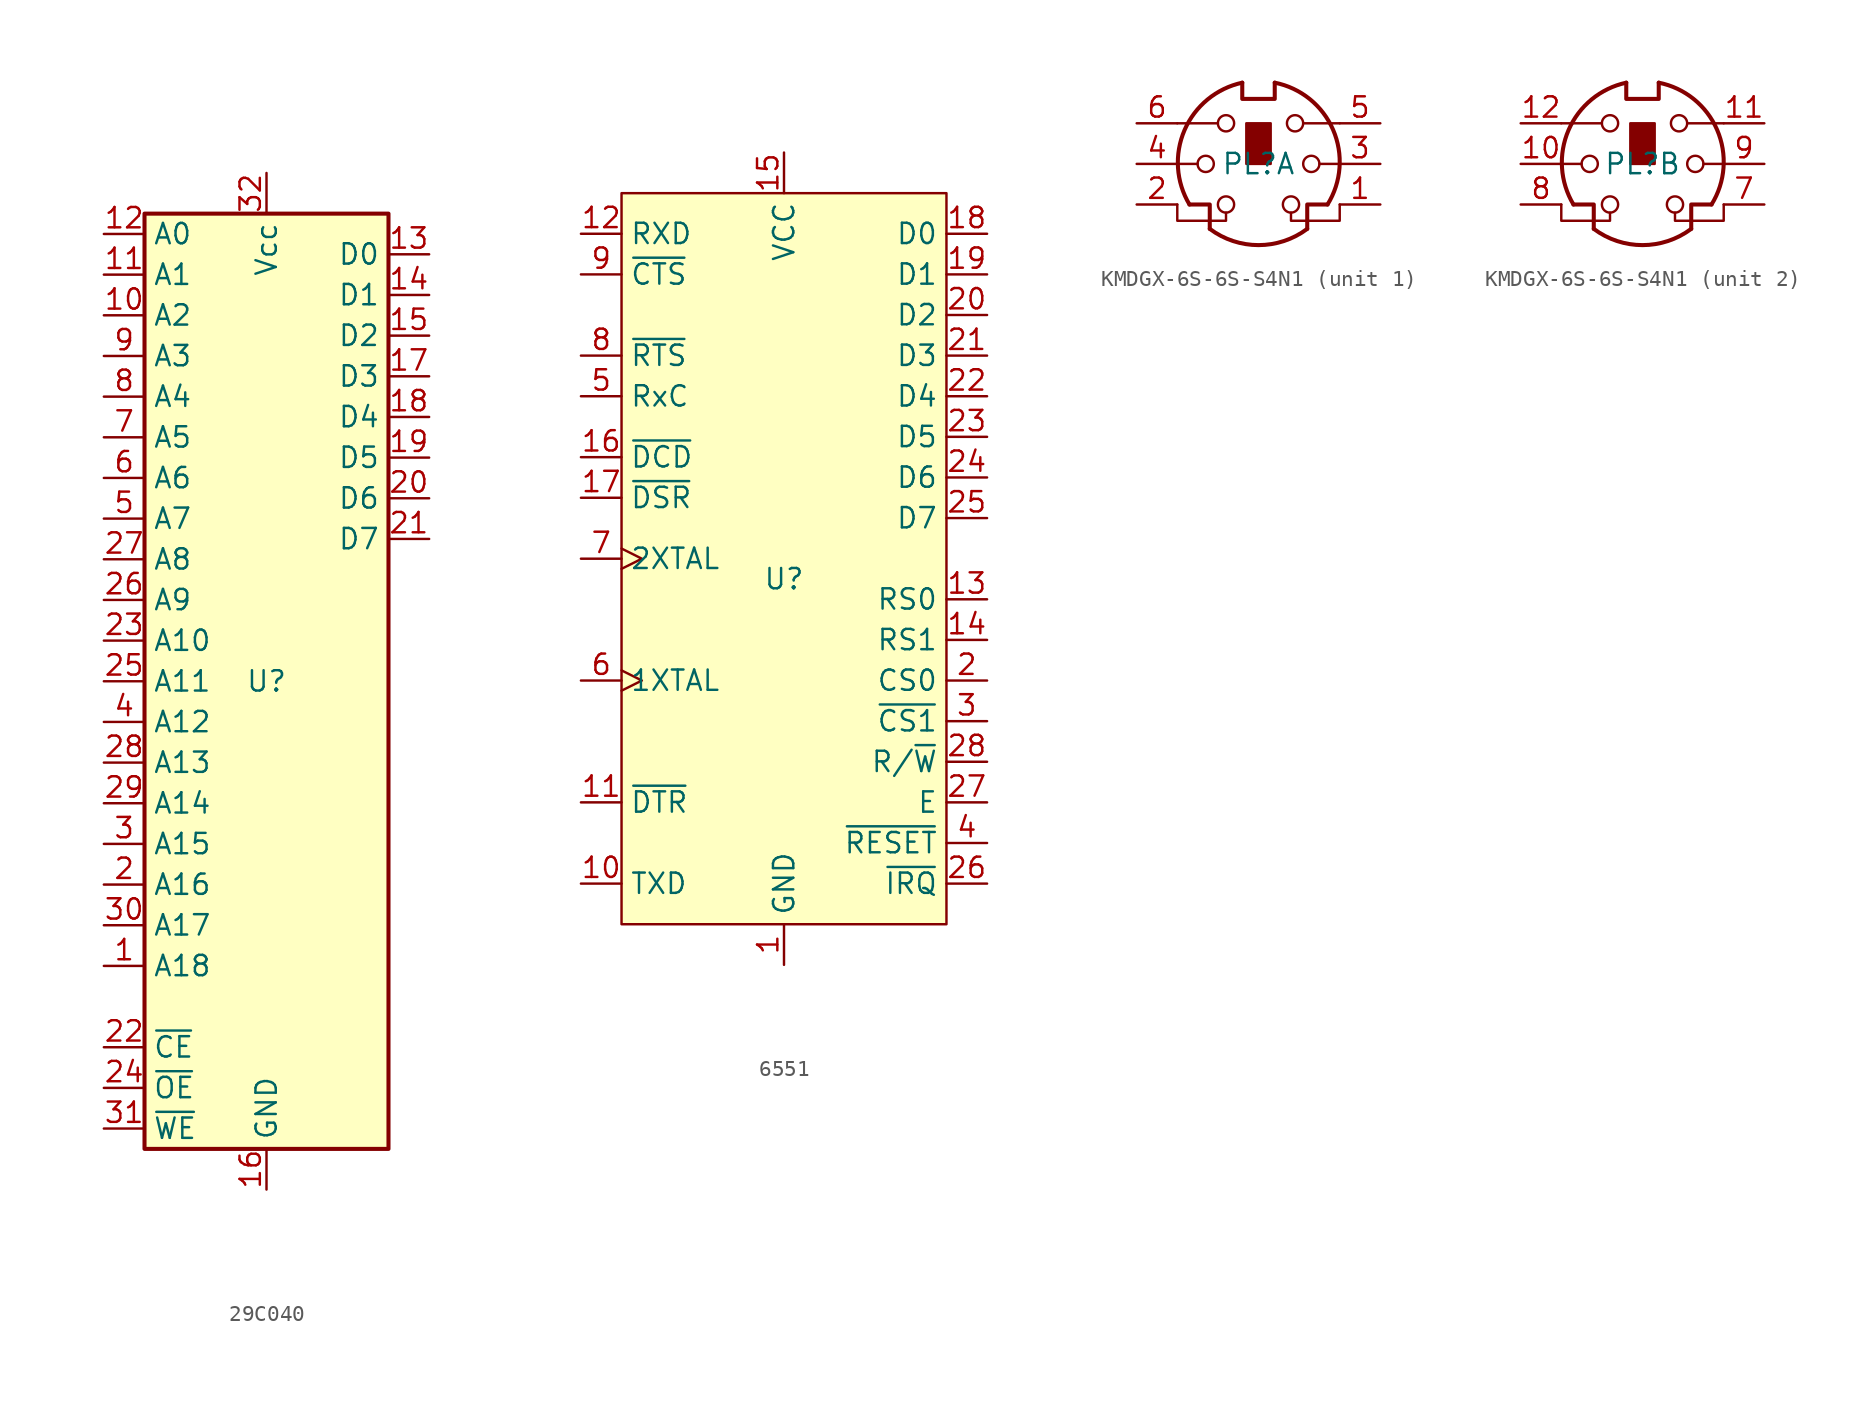
<source format=kicad_sym>
(kicad_symbol_lib
  (version 20231120)
  (generator "kicad_symbol_editor")
  (generator_version "8.0")
  (symbol "29C040"
    (property "Reference" "U"
      (at 0 0 0)
      (effects (font (size 1.27 1.27))))
    (property "Value" ""
      (at 0 0 0)
      (effects (font (size 1.27 1.27))))
    (symbol "29C040_1_0"
      (pin input line (at -10.16 -7.62 0) (length 2.54) (name "A14" (effects (font (size 1.27 1.27)))) (number "29" (effects (font (size 1.27 1.27)))))
      (pin input line (at -10.16 -15.24 0) (length 2.54) (name "A17" (effects (font (size 1.27 1.27)))) (number "30" (effects (font (size 1.27 1.27)))))
      (pin input line (at -10.16 -27.94 0) (length 2.54) (name "~{WE}" (effects (font (size 1.27 1.27)))) (number "31" (effects (font (size 1.27 1.27)))))
      (pin power_in line (at 0 31.75 270) (length 2.54) (name "Vcc" (effects (font (size 1.27 1.27)))) (number "32" (effects (font (size 1.27 1.27))))))
    (symbol "29C040_1_1"
      (rectangle (start -7.62 29.21) (end 7.62 -29.21) (stroke (width 0.254) (type default)) (fill (type background)))
      (pin input line (at -10.16 -17.78 0) (length 2.54) (name "A18" (effects (font (size 1.27 1.27)))) (number "1" (effects (font (size 1.27 1.27)))))
      (pin input line (at -10.16 22.86 0) (length 2.54) (name "A2" (effects (font (size 1.27 1.27)))) (number "10" (effects (font (size 1.27 1.27)))))
      (pin input line (at -10.16 25.4 0) (length 2.54) (name "A1" (effects (font (size 1.27 1.27)))) (number "11" (effects (font (size 1.27 1.27)))))
      (pin input line (at -10.16 27.94 0) (length 2.54) (name "A0" (effects (font (size 1.27 1.27)))) (number "12" (effects (font (size 1.27 1.27)))))
      (pin tri_state line (at 10.16 26.67 180) (length 2.54) (name "D0" (effects (font (size 1.27 1.27)))) (number "13" (effects (font (size 1.27 1.27)))))
      (pin tri_state line (at 10.16 24.13 180) (length 2.54) (name "D1" (effects (font (size 1.27 1.27)))) (number "14" (effects (font (size 1.27 1.27)))))
      (pin tri_state line (at 10.16 21.59 180) (length 2.54) (name "D2" (effects (font (size 1.27 1.27)))) (number "15" (effects (font (size 1.27 1.27)))))
      (pin passive line (at 0 -31.75 90) (length 2.54) (name "GND" (effects (font (size 1.27 1.27)))) (number "16" (effects (font (size 1.27 1.27)))))
      (pin tri_state line (at 10.16 19.05 180) (length 2.54) (name "D3" (effects (font (size 1.27 1.27)))) (number "17" (effects (font (size 1.27 1.27)))))
      (pin tri_state line (at 10.16 16.51 180) (length 2.54) (name "D4" (effects (font (size 1.27 1.27)))) (number "18" (effects (font (size 1.27 1.27)))))
      (pin tri_state line (at 10.16 13.97 180) (length 2.54) (name "D5" (effects (font (size 1.27 1.27)))) (number "19" (effects (font (size 1.27 1.27)))))
      (pin input line (at -10.16 -12.7 0) (length 2.54) (name "A16" (effects (font (size 1.27 1.27)))) (number "2" (effects (font (size 1.27 1.27)))))
      (pin tri_state line (at 10.16 11.43 180) (length 2.54) (name "D6" (effects (font (size 1.27 1.27)))) (number "20" (effects (font (size 1.27 1.27)))))
      (pin tri_state line (at 10.16 8.89 180) (length 2.54) (name "D7" (effects (font (size 1.27 1.27)))) (number "21" (effects (font (size 1.27 1.27)))))
      (pin input line (at -10.16 -22.86 0) (length 2.54) (name "~{CE}" (effects (font (size 1.27 1.27)))) (number "22" (effects (font (size 1.27 1.27)))))
      (pin input line (at -10.16 2.54 0) (length 2.54) (name "A10" (effects (font (size 1.27 1.27)))) (number "23" (effects (font (size 1.27 1.27)))))
      (pin input line (at -10.16 -25.4 0) (length 2.54) (name "~{OE}" (effects (font (size 1.27 1.27)))) (number "24" (effects (font (size 1.27 1.27)))))
      (pin input line (at -10.16 0 0) (length 2.54) (name "A11" (effects (font (size 1.27 1.27)))) (number "25" (effects (font (size 1.27 1.27)))))
      (pin input line (at -10.16 5.08 0) (length 2.54) (name "A9" (effects (font (size 1.27 1.27)))) (number "26" (effects (font (size 1.27 1.27)))))
      (pin input line (at -10.16 7.62 0) (length 2.54) (name "A8" (effects (font (size 1.27 1.27)))) (number "27" (effects (font (size 1.27 1.27)))))
      (pin input line (at -10.16 -5.08 0) (length 2.54) (name "A13" (effects (font (size 1.27 1.27)))) (number "28" (effects (font (size 1.27 1.27)))))
      (pin input line (at -10.16 -10.16 0) (length 2.54) (name "A15" (effects (font (size 1.27 1.27)))) (number "3" (effects (font (size 1.27 1.27)))))
      (pin input line (at -10.16 -2.54 0) (length 2.54) (name "A12" (effects (font (size 1.27 1.27)))) (number "4" (effects (font (size 1.27 1.27)))))
      (pin input line (at -10.16 10.16 0) (length 2.54) (name "A7" (effects (font (size 1.27 1.27)))) (number "5" (effects (font (size 1.27 1.27)))))
      (pin input line (at -10.16 12.7 0) (length 2.54) (name "A6" (effects (font (size 1.27 1.27)))) (number "6" (effects (font (size 1.27 1.27)))))
      (pin input line (at -10.16 15.24 0) (length 2.54) (name "A5" (effects (font (size 1.27 1.27)))) (number "7" (effects (font (size 1.27 1.27)))))
      (pin input line (at -10.16 17.78 0) (length 2.54) (name "A4" (effects (font (size 1.27 1.27)))) (number "8" (effects (font (size 1.27 1.27)))))
      (pin input line (at -10.16 20.32 0) (length 2.54) (name "A3" (effects (font (size 1.27 1.27)))) (number "9" (effects (font (size 1.27 1.27)))))))
  (symbol "6551"
    (property "Reference" "U"
      (at 0 0 0)
      (effects (font (size 1.27 1.27))))
    (property "Value" ""
      (at 0 0 0)
      (effects (font (size 1.27 1.27))))
    (symbol "6551_0_1"
      (rectangle (start -10.16 24.13) (end 10.16 -21.59) (stroke (width 0) (type default)) (fill (type background))))
    (symbol "6551_1_1"
      (pin power_in line (at 0 -24.13 90) (length 2.54) (name "GND" (effects (font (size 1.27 1.27)))) (number "1" (effects (font (size 1.27 1.27)))))
      (pin output line (at -12.7 -19.05 0) (length 2.54) (name "TXD" (effects (font (size 1.27 1.27)))) (number "10" (effects (font (size 1.27 1.27)))))
      (pin output line (at -12.7 -13.97 0) (length 2.54) (name "~{DTR}" (effects (font (size 1.27 1.27)))) (number "11" (effects (font (size 1.27 1.27)))))
      (pin input line (at -12.7 21.59 0) (length 2.54) (name "RXD" (effects (font (size 1.27 1.27)))) (number "12" (effects (font (size 1.27 1.27)))))
      (pin input line (at 12.7 -1.27 180) (length 2.54) (name "RS0" (effects (font (size 1.27 1.27)))) (number "13" (effects (font (size 1.27 1.27)))))
      (pin input line (at 12.7 -3.81 180) (length 2.54) (name "RS1" (effects (font (size 1.27 1.27)))) (number "14" (effects (font (size 1.27 1.27)))))
      (pin power_in line (at 0 26.67 270) (length 2.54) (name "VCC" (effects (font (size 1.27 1.27)))) (number "15" (effects (font (size 1.27 1.27)))))
      (pin input line (at -12.7 7.62 0) (length 2.54) (name "~{DCD}" (effects (font (size 1.27 1.27)))) (number "16" (effects (font (size 1.27 1.27)))))
      (pin input line (at -12.7 5.08 0) (length 2.54) (name "~{DSR}" (effects (font (size 1.27 1.27)))) (number "17" (effects (font (size 1.27 1.27)))))
      (pin tri_state line (at 12.7 21.59 180) (length 2.54) (name "D0" (effects (font (size 1.27 1.27)))) (number "18" (effects (font (size 1.27 1.27)))))
      (pin tri_state line (at 12.7 19.05 180) (length 2.54) (name "D1" (effects (font (size 1.27 1.27)))) (number "19" (effects (font (size 1.27 1.27)))))
      (pin input line (at 12.7 -6.35 180) (length 2.54) (name "CS0" (effects (font (size 1.27 1.27)))) (number "2" (effects (font (size 1.27 1.27)))))
      (pin tri_state line (at 12.7 16.51 180) (length 2.54) (name "D2" (effects (font (size 1.27 1.27)))) (number "20" (effects (font (size 1.27 1.27)))))
      (pin tri_state line (at 12.7 13.97 180) (length 2.54) (name "D3" (effects (font (size 1.27 1.27)))) (number "21" (effects (font (size 1.27 1.27)))))
      (pin tri_state line (at 12.7 11.43 180) (length 2.54) (name "D4" (effects (font (size 1.27 1.27)))) (number "22" (effects (font (size 1.27 1.27)))))
      (pin tri_state line (at 12.7 8.89 180) (length 2.54) (name "D5" (effects (font (size 1.27 1.27)))) (number "23" (effects (font (size 1.27 1.27)))))
      (pin tri_state line (at 12.7 6.35 180) (length 2.54) (name "D6" (effects (font (size 1.27 1.27)))) (number "24" (effects (font (size 1.27 1.27)))))
      (pin tri_state line (at 12.7 3.81 180) (length 2.54) (name "D7" (effects (font (size 1.27 1.27)))) (number "25" (effects (font (size 1.27 1.27)))))
      (pin open_collector line (at 12.7 -19.05 180) (length 2.54) (name "~{IRQ}" (effects (font (size 1.27 1.27)))) (number "26" (effects (font (size 1.27 1.27)))))
      (pin input line (at 12.7 -13.97 180) (length 2.54) (name "E" (effects (font (size 1.27 1.27)))) (number "27" (effects (font (size 1.27 1.27)))))
      (pin input line (at 12.7 -11.43 180) (length 2.54) (name "R/~{W}" (effects (font (size 1.27 1.27)))) (number "28" (effects (font (size 1.27 1.27)))))
      (pin input line (at 12.7 -8.89 180) (length 2.54) (name "~{CS1}" (effects (font (size 1.27 1.27)))) (number "3" (effects (font (size 1.27 1.27)))))
      (pin input line (at 12.7 -16.51 180) (length 2.54) (name "~{RESET}" (effects (font (size 1.27 1.27)))) (number "4" (effects (font (size 1.27 1.27)))))
      (pin input line (at -12.7 11.43 0) (length 2.54) (name "RxC" (effects (font (size 1.27 1.27)))) (number "5" (effects (font (size 1.27 1.27)))))
      (pin output clock (at -12.7 -6.35 0) (length 2.54) (name "1XTAL" (effects (font (size 1.27 1.27)))) (number "6" (effects (font (size 1.27 1.27)))))
      (pin input clock (at -12.7 1.27 0) (length 2.54) (name "2XTAL" (effects (font (size 1.27 1.27)))) (number "7" (effects (font (size 1.27 1.27)))))
      (pin input line (at -12.7 13.97 0) (length 2.54) (name "~{RTS}" (effects (font (size 1.27 1.27)))) (number "8" (effects (font (size 1.27 1.27)))))
      (pin input line (at -12.7 19.05 0) (length 2.54) (name "~{CTS}" (effects (font (size 1.27 1.27)))) (number "9" (effects (font (size 1.27 1.27)))))))
  (symbol "KMDGX-6S-6S-S4N1"
    (property "Reference" "PL"
      (at 0 0 0)
      (effects (font (size 1.27 1.27))))
    (property "Value" ""
      (at 0 0 0)
      (effects (font (size 1.27 1.27))))
    (symbol "KMDGX-6S-6S-S4N1_0_1"
      (circle (center -3.302 0) (radius 0.508) (stroke (width 0) (type default)) (fill (type none)))
      (arc (start -3.048 -4.064) (mid 0 -5.08) (end 3.048 -4.064) (stroke (width 0.254) (type default)) (fill (type none)))
      (circle (center -2.032 -2.54) (radius 0.508) (stroke (width 0) (type default)) (fill (type none)))
      (circle (center -2.032 2.54) (radius 0.508) (stroke (width 0) (type default)) (fill (type none)))
      (arc (start -1.016 5.08) (mid -4.6228 2.1214) (end -4.318 -2.54) (stroke (width 0.254) (type default)) (fill (type none)))
      (rectangle (start -0.762 2.54) (end 0.762 0) (stroke (width 0) (type default)) (fill (type outline)))
      (polyline (pts (xy -3.81 0) (xy -5.08 0)) (stroke (width 0) (type default)) (fill (type none)))
      (polyline (pts (xy -2.54 2.54) (xy -5.08 2.54)) (stroke (width 0) (type default)) (fill (type none)))
      (polyline (pts (xy 2.794 2.54) (xy 5.08 2.54)) (stroke (width 0) (type default)) (fill (type none)))
      (polyline (pts (xy 5.08 0) (xy 3.81 0)) (stroke (width 0) (type default)) (fill (type none)))
      (polyline (pts (xy -4.318 -2.54) (xy -3.048 -2.54) (xy -3.048 -4.064)) (stroke (width 0.254) (type default)) (fill (type none)))
      (polyline (pts (xy 4.318 -2.54) (xy 3.048 -2.54) (xy 3.048 -4.064)) (stroke (width 0.254) (type default)) (fill (type none)))
      (polyline (pts (xy -2.032 -3.048) (xy -2.032 -3.556) (xy -5.08 -3.556) (xy -5.08 -2.54)) (stroke (width 0) (type default)) (fill (type none)))
      (polyline (pts (xy -1.016 5.08) (xy -1.016 4.064) (xy 1.016 4.064) (xy 1.016 5.08)) (stroke (width 0.254) (type default)) (fill (type none)))
      (polyline (pts (xy 2.032 -3.048) (xy 2.032 -3.556) (xy 5.08 -3.556) (xy 5.08 -2.54)) (stroke (width 0) (type default)) (fill (type none)))
      (circle (center 2.032 -2.54) (radius 0.508) (stroke (width 0) (type default)) (fill (type none)))
      (circle (center 2.286 2.54) (radius 0.508) (stroke (width 0) (type default)) (fill (type none)))
      (circle (center 3.302 0) (radius 0.508) (stroke (width 0) (type default)) (fill (type none)))
      (arc (start 4.318 -2.54) (mid 4.6661 2.1322) (end 1.016 5.08) (stroke (width 0.254) (type default)) (fill (type none))))
    (symbol "KMDGX-6S-6S-S4N1_1_1"
      (pin passive line (at 7.62 -2.54 180) (length 2.54) (name "~" (effects (font (size 1.27 1.27)))) (number "1" (effects (font (size 1.27 1.27)))))
      (pin passive line (at -7.62 -2.54 0) (length 2.54) (name "~" (effects (font (size 1.27 1.27)))) (number "2" (effects (font (size 1.27 1.27)))))
      (pin passive line (at 7.62 0 180) (length 2.54) (name "~" (effects (font (size 1.27 1.27)))) (number "3" (effects (font (size 1.27 1.27)))))
      (pin passive line (at -7.62 0 0) (length 2.54) (name "~" (effects (font (size 1.27 1.27)))) (number "4" (effects (font (size 1.27 1.27)))))
      (pin passive line (at 7.62 2.54 180) (length 2.54) (name "~" (effects (font (size 1.27 1.27)))) (number "5" (effects (font (size 1.27 1.27)))))
      (pin passive line (at -7.62 2.54 0) (length 2.54) (name "~" (effects (font (size 1.27 1.27)))) (number "6" (effects (font (size 1.27 1.27))))))
    (symbol "KMDGX-6S-6S-S4N1_2_1"
      (pin passive line (at -7.62 0 0) (length 2.54) (name "" (effects (font (size 1.27 1.27)))) (number "10" (effects (font (size 1.27 1.27)))))
      (pin passive line (at 7.62 2.54 180) (length 2.54) (name "" (effects (font (size 1.27 1.27)))) (number "11" (effects (font (size 1.27 1.27)))))
      (pin passive line (at -7.62 2.54 0) (length 2.54) (name "" (effects (font (size 1.27 1.27)))) (number "12" (effects (font (size 1.27 1.27)))))
      (pin passive line (at 7.62 -2.54 180) (length 2.54) (name "" (effects (font (size 1.27 1.27)))) (number "7" (effects (font (size 1.27 1.27)))))
      (pin passive line (at -7.62 -2.54 0) (length 2.54) (name "" (effects (font (size 1.27 1.27)))) (number "8" (effects (font (size 1.27 1.27)))))
      (pin passive line (at 7.62 0 180) (length 2.54) (name "" (effects (font (size 1.27 1.27)))) (number "9" (effects (font (size 1.27 1.27))))))))
</source>
